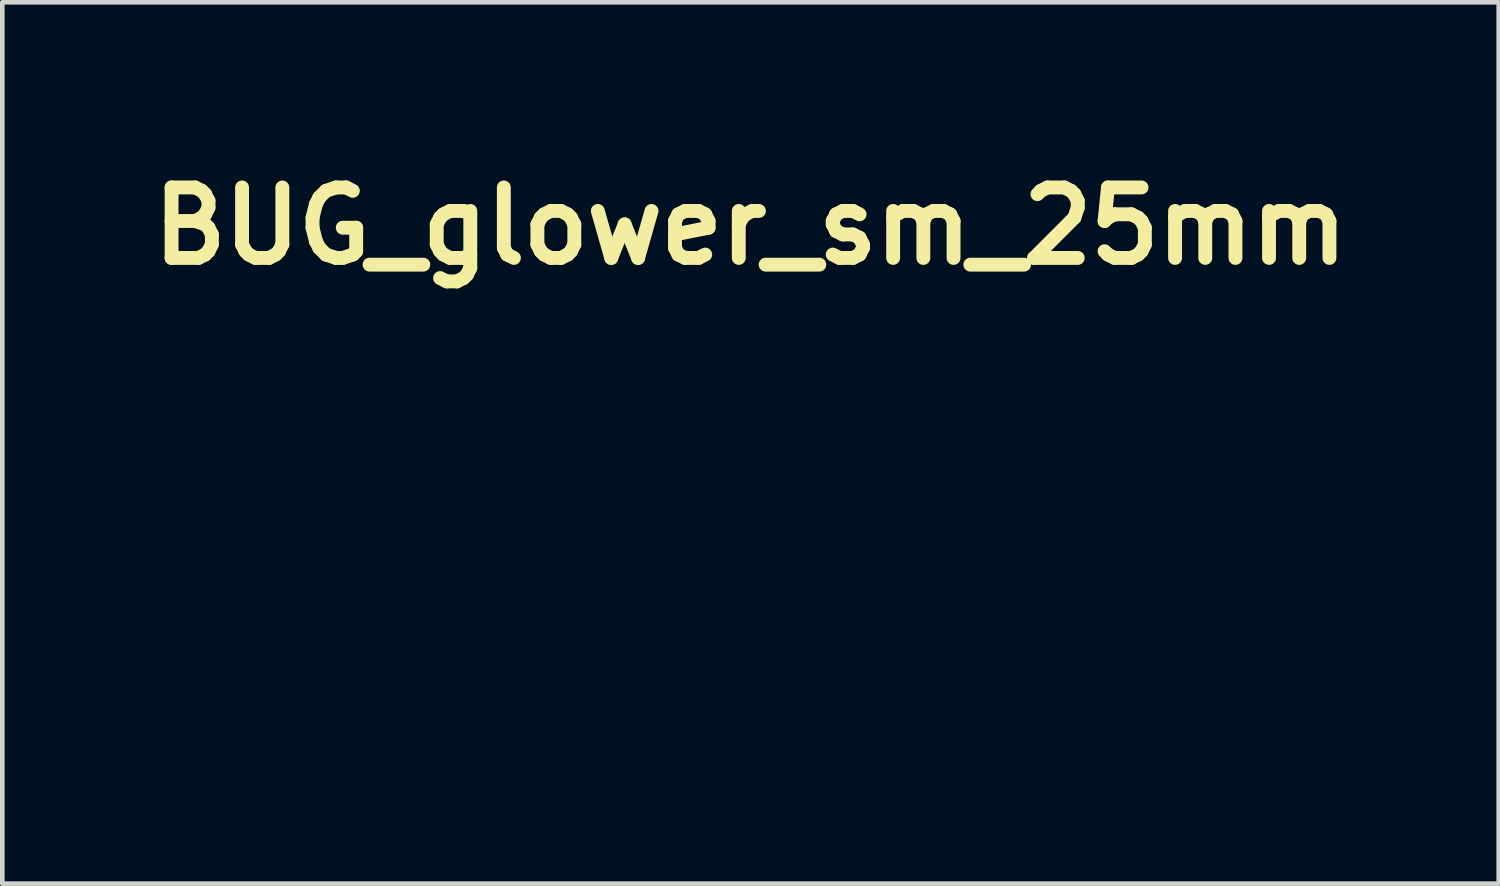
<source format=kicad_pcb>
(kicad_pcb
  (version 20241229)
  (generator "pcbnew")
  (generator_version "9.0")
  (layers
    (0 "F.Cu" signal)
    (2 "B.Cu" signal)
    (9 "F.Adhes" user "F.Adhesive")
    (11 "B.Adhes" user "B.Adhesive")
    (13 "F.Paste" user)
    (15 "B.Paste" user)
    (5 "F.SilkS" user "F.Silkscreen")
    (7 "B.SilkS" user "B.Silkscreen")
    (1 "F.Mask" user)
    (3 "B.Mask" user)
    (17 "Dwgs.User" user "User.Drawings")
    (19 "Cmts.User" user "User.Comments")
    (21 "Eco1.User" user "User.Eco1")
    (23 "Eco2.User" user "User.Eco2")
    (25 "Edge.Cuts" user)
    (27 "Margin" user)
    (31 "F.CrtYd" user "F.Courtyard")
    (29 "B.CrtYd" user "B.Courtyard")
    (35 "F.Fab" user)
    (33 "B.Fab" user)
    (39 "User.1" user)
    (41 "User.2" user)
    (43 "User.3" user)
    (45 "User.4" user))
  (footprint "BUG_glower_sm_25mm"
    (layer "F.Cu")
    (at 13.179 1.838)
    (property "Reference" "BUG_glower_sm_25mm" (at 0 0 0) (layer "F.SilkS") (effects (font (size 1.524 1.524) (thickness 0.3))))
    (attr through_hole)
    (fp_poly (pts (xy -6.841 6.241) (xy -6.842 6.243) (xy -6.844 6.241) (xy -6.842 6.24) (xy -6.841 6.241)) (stroke (width 0.01) (type solid)) (fill yes) (layer "F.Mask"))
    (fp_poly (pts (xy -2.695 5.815) (xy -2.697 5.817) (xy -2.698 5.815) (xy -2.697 5.814) (xy -2.695 5.815)) (stroke (width 0.01) (type solid)) (fill yes) (layer "F.Mask"))
    (fp_poly (pts (xy 0.296 11.093) (xy 0.295 11.094) (xy 0.294 11.093) (xy 0.295 11.091) (xy 0.296 11.093)) (stroke (width 0.01) (type solid)) (fill yes) (layer "F.Mask"))
    (fp_poly (pts (xy 0.412 11.214) (xy 0.411 11.216) (xy 0.409 11.214) (xy 0.411 11.213) (xy 0.412 11.214)) (stroke (width 0.01) (type solid)) (fill yes) (layer "F.Mask"))
    (fp_poly (pts (xy -8.346 5.118) (xy -8.346 5.121) (xy -8.346 5.121) (xy -8.348 5.121) (xy -8.348 5.12) (xy -8.347 5.117) (xy -8.346 5.118)) (stroke (width 0.01) (type solid)) (fill yes) (layer "F.Mask"))
    (fp_poly (pts (xy -2.829 8.967) (xy -2.828 8.97) (xy -2.829 8.971) (xy -2.83 8.971) (xy -2.831 8.969) (xy -2.83 8.967) (xy -2.829 8.967)) (stroke (width 0.01) (type solid)) (fill yes) (layer "F.Mask"))
    (fp_poly (pts (xy -5.631 -1.83) (xy -5.629 -1.828) (xy -5.62 -1.82) (xy -5.616 -1.808) (xy -5.617 -1.795) (xy -5.621 -1.78) (xy -5.627 -1.77) (xy -5.631 -1.764) (xy -5.632 -1.76) (xy -5.635 -1.749) (xy -5.64 -1.737) (xy -5.645 -1.725) (xy -5.652 -1.714) (xy -5.658 -1.705) (xy -5.663 -1.7) (xy -5.666 -1.699) (xy -5.669 -1.698) (xy -5.669 -1.697) (xy -5.67 -1.694) (xy -5.674 -1.687) (xy -5.68 -1.679) (xy -5.681 -1.677) (xy -5.687 -1.667) (xy -5.693 -1.657) (xy -5.696 -1.649) (xy -5.696 -1.649) (xy -5.699 -1.643) (xy -5.704 -1.634) (xy -5.711 -1.624) (xy -5.718 -1.613) (xy -5.725 -1.602) (xy -5.731 -1.593) (xy -5.737 -1.586) (xy -5.74 -1.583) (xy -5.74 -1.583) (xy -5.742 -1.581) (xy -5.746 -1.576) (xy -5.749 -1.571) (xy -5.751 -1.567) (xy -5.751 -1.566) (xy -5.752 -1.563) (xy -5.755 -1.558) (xy -5.755 -1.558) (xy -5.759 -1.551) (xy -5.76 -1.545) (xy -5.761 -1.539) (xy -5.763 -1.537) (xy -5.765 -1.534) (xy -5.768 -1.527) (xy -5.772 -1.517) (xy -5.773 -1.513) (xy -5.777 -1.505) (xy -5.782 -1.493) (xy -5.789 -1.481) (xy -5.797 -1.468) (xy -5.804 -1.456) (xy -5.811 -1.446) (xy -5.817 -1.438) (xy -5.821 -1.434) (xy -5.822 -1.434) (xy -5.823 -1.431) (xy -5.824 -1.424) (xy -5.824 -1.414) (xy -5.824 -1.411) (xy -5.823 -1.399) (xy -5.824 -1.391) (xy -5.825 -1.387) (xy -5.825 -1.387) (xy -5.828 -1.383) (xy -5.828 -1.381) (xy -5.83 -1.376) (xy -5.834 -1.369) (xy -5.835 -1.367) (xy -5.841 -1.357) (xy -5.846 -1.347) (xy -5.849 -1.334) (xy -5.85 -1.318) (xy -5.85 -1.311) (xy -5.851 -1.297) (xy -5.852 -1.286) (xy -5.853 -1.28) (xy -5.854 -1.279) (xy -5.857 -1.274) (xy -5.858 -1.271) (xy -5.859 -1.266) (xy -5.862 -1.258) (xy -5.866 -1.249) (xy -5.87 -1.239) (xy -5.873 -1.23) (xy -5.874 -1.225) (xy -5.875 -1.22) (xy -5.876 -1.218) (xy -5.878 -1.212) (xy -5.879 -1.201) (xy -5.879 -1.186) (xy -5.879 -1.167) (xy -5.879 -1.144) (xy -5.878 -1.119) (xy -5.878 -1.113) (xy -5.877 -1.099) (xy -5.878 -1.087) (xy -5.879 -1.08) (xy -5.879 -1.079) (xy -5.881 -1.073) (xy -5.881 -1.071) (xy -5.88 -1.067) (xy -5.881 -1.066) (xy -5.883 -1.062) (xy -5.885 -1.055) (xy -5.886 -1.052) (xy -5.887 -1.044) (xy -5.889 -1.038) (xy -5.889 -1.037) (xy -5.891 -1.031) (xy -5.893 -1.021) (xy -5.895 -1.009) (xy -5.896 -0.998) (xy -5.897 -0.989) (xy -5.899 -0.978) (xy -5.901 -0.965) (xy -5.902 -0.96) (xy -5.904 -0.947) (xy -5.905 -0.935) (xy -5.904 -0.92) (xy -5.903 -0.901) (xy -5.903 -0.9) (xy -5.901 -0.885) (xy -5.9 -0.875) (xy -5.9 -0.868) (xy -5.901 -0.862) (xy -5.902 -0.858) (xy -5.902 -0.851) (xy -5.9 -0.847) (xy -5.897 -0.841) (xy -5.894 -0.833) (xy -5.893 -0.833) (xy -5.892 -0.824) (xy -5.894 -0.818) (xy -5.896 -0.815) (xy -5.899 -0.811) (xy -5.9 -0.807) (xy -5.899 -0.802) (xy -5.897 -0.793) (xy -5.896 -0.79) (xy -5.892 -0.779) (xy -5.89 -0.769) (xy -5.888 -0.763) (xy -5.886 -0.753) (xy -5.883 -0.745) (xy -5.883 -0.745) (xy -5.881 -0.738) (xy -5.879 -0.728) (xy -5.878 -0.716) (xy -5.877 -0.712) (xy -5.876 -0.697) (xy -5.875 -0.681) (xy -5.874 -0.667) (xy -5.874 -0.666) (xy -5.873 -0.652) (xy -5.871 -0.636) (xy -5.869 -0.623) (xy -5.867 -0.61) (xy -5.866 -0.602) (xy -5.867 -0.598) (xy -5.868 -0.597) (xy -5.869 -0.593) (xy -5.869 -0.593) (xy -5.869 -0.591) (xy -5.87 -0.588) (xy -5.872 -0.585) (xy -5.872 -0.584) (xy -5.872 -0.582) (xy -5.873 -0.576) (xy -5.877 -0.568) (xy -5.882 -0.558) (xy -5.887 -0.549) (xy -5.892 -0.541) (xy -5.892 -0.541) (xy -5.898 -0.534) (xy -5.905 -0.525) (xy -5.914 -0.515) (xy -5.924 -0.506) (xy -5.933 -0.497) (xy -5.94 -0.49) (xy -5.946 -0.486) (xy -5.947 -0.485) (xy -5.951 -0.484) (xy -5.956 -0.479) (xy -5.961 -0.475) (xy -5.97 -0.465) (xy -5.98 -0.457) (xy -5.987 -0.45) (xy -5.992 -0.446) (xy -5.994 -0.445) (xy -5.994 -0.445) (xy -5.996 -0.444) (xy -6.002 -0.44) (xy -6.011 -0.431) (xy -6.014 -0.428) (xy -6.021 -0.422) (xy -6.028 -0.418) (xy -6.03 -0.418) (xy -6.036 -0.417) (xy -6.045 -0.414) (xy -6.048 -0.413) (xy -6.055 -0.411) (xy -6.064 -0.41) (xy -6.075 -0.41) (xy -6.089 -0.41) (xy -6.093 -0.41) (xy -6.107 -0.411) (xy -6.121 -0.412) (xy -6.131 -0.414) (xy -6.137 -0.414) (xy -6.151 -0.415) (xy -6.168 -0.413) (xy -6.186 -0.408) (xy -6.203 -0.402) (xy -6.217 -0.394) (xy -6.224 -0.389) (xy -6.229 -0.386) (xy -6.239 -0.381) (xy -6.251 -0.375) (xy -6.265 -0.37) (xy -6.279 -0.365) (xy -6.291 -0.36) (xy -6.301 -0.358) (xy -6.304 -0.357) (xy -6.312 -0.356) (xy -6.322 -0.353) (xy -6.332 -0.349) (xy -6.341 -0.346) (xy -6.346 -0.343) (xy -6.347 -0.341) (xy -6.349 -0.339) (xy -6.352 -0.339) (xy -6.357 -0.337) (xy -6.365 -0.332) (xy -6.374 -0.325) (xy -6.382 -0.318) (xy -6.387 -0.314) (xy -6.39 -0.313) (xy -6.393 -0.312) (xy -6.396 -0.31) (xy -6.401 -0.305) (xy -6.409 -0.299) (xy -6.418 -0.293) (xy -6.427 -0.287) (xy -6.436 -0.281) (xy -6.442 -0.278) (xy -6.445 -0.277) (xy -6.449 -0.275) (xy -6.449 -0.274) (xy -6.452 -0.271) (xy -6.459 -0.266) (xy -6.47 -0.26) (xy -6.482 -0.253) (xy -6.496 -0.245) (xy -6.496 -0.245) (xy -6.505 -0.241) (xy -6.511 -0.237) (xy -6.514 -0.234) (xy -6.514 -0.234) (xy -6.516 -0.232) (xy -6.522 -0.228) (xy -6.526 -0.226) (xy -6.534 -0.222) (xy -6.539 -0.218) (xy -6.541 -0.217) (xy -6.544 -0.215) (xy -6.551 -0.211) (xy -6.56 -0.206) (xy -6.57 -0.201) (xy -6.58 -0.197) (xy -6.588 -0.193) (xy -6.593 -0.192) (xy -6.594 -0.192) (xy -6.599 -0.19) (xy -6.6 -0.189) (xy -6.604 -0.187) (xy -6.614 -0.185) (xy -6.628 -0.184) (xy -6.63 -0.184) (xy -6.633 -0.182) (xy -6.636 -0.18) (xy -6.643 -0.175) (xy -6.652 -0.171) (xy -6.66 -0.169) (xy -6.661 -0.169) (xy -6.665 -0.168) (xy -6.666 -0.167) (xy -6.668 -0.164) (xy -6.673 -0.164) (xy -6.68 -0.162) (xy -6.688 -0.156) (xy -6.691 -0.153) (xy -6.7 -0.145) (xy -6.708 -0.138) (xy -6.712 -0.135) (xy -6.722 -0.127) (xy -6.731 -0.12) (xy -6.738 -0.115) (xy -6.744 -0.109) (xy -6.751 -0.101) (xy -6.76 -0.091) (xy -6.771 -0.079) (xy -6.779 -0.069) (xy -6.787 -0.06) (xy -6.794 -0.053) (xy -6.795 -0.053) (xy -6.801 -0.045) (xy -6.807 -0.034) (xy -6.81 -0.03) (xy -6.821 -0.006) (xy -6.83 0.013) (xy -6.838 0.027) (xy -6.844 0.036) (xy -6.847 0.04) (xy -6.851 0.043) (xy -6.851 0.044) (xy -6.852 0.047) (xy -6.855 0.053) (xy -6.855 0.054) (xy -6.859 0.06) (xy -6.861 0.065) (xy -6.861 0.065) (xy -6.863 0.07) (xy -6.868 0.077) (xy -6.869 0.078) (xy -6.873 0.085) (xy -6.875 0.091) (xy -6.875 0.091) (xy -6.876 0.096) (xy -6.877 0.097) (xy -6.88 0.1) (xy -6.884 0.107) (xy -6.886 0.111) (xy -6.894 0.123) (xy -6.906 0.138) (xy -6.919 0.15) (xy -6.932 0.163) (xy -6.939 0.174) (xy -6.942 0.182) (xy -6.943 0.189) (xy -6.945 0.195) (xy -6.946 0.199) (xy -6.947 0.2) (xy -6.951 0.212) (xy -6.954 0.217) (xy -6.958 0.224) (xy -6.958 0.226) (xy -6.96 0.23) (xy -6.964 0.238) (xy -6.969 0.248) (xy -6.97 0.251) (xy -6.975 0.261) (xy -6.979 0.27) (xy -6.981 0.275) (xy -6.981 0.276) (xy -6.983 0.28) (xy -6.987 0.287) (xy -6.989 0.289) (xy -6.994 0.296) (xy -6.996 0.302) (xy -6.996 0.303) (xy -6.998 0.308) (xy -7.001 0.311) (xy -7.004 0.314) (xy -7.004 0.315) (xy -7.004 0.318) (xy -7.007 0.325) (xy -7.011 0.333) (xy -7.012 0.334) (xy -7.016 0.343) (xy -7.019 0.35) (xy -7.02 0.353) (xy -7.02 0.353) (xy -7.021 0.356) (xy -7.023 0.358) (xy -7.027 0.363) (xy -7.027 0.366) (xy -7.028 0.371) (xy -7.031 0.377) (xy -7.033 0.382) (xy -7.034 0.386) (xy -7.035 0.389) (xy -7.036 0.396) (xy -7.038 0.405) (xy -7.041 0.415) (xy -7.044 0.423) (xy -7.046 0.427) (xy -7.049 0.431) (xy -7.049 0.432) (xy -7.048 0.434) (xy -7.051 0.439) (xy -7.052 0.44) (xy -7.057 0.448) (xy -7.062 0.457) (xy -7.066 0.466) (xy -7.069 0.472) (xy -7.07 0.474) (xy -7.071 0.479) (xy -7.076 0.485) (xy -7.081 0.493) (xy -7.087 0.499) (xy -7.091 0.502) (xy -7.092 0.502) (xy -7.098 0.504) (xy -7.105 0.507) (xy -7.11 0.511) (xy -7.111 0.513) (xy -7.112 0.518) (xy -7.113 0.518) (xy -7.115 0.523) (xy -7.115 0.525) (xy -7.117 0.531) (xy -7.119 0.533) (xy -7.122 0.538) (xy -7.124 0.545) (xy -7.127 0.553) (xy -7.132 0.562) (xy -7.132 0.563) (xy -7.136 0.568) (xy -7.138 0.572) (xy -7.138 0.572) (xy -7.139 0.575) (xy -7.141 0.581) (xy -7.143 0.586) (xy -7.146 0.594) (xy -7.148 0.599) (xy -7.149 0.6) (xy -7.15 0.603) (xy -7.154 0.609) (xy -7.16 0.618) (xy -7.161 0.62) (xy -7.167 0.629) (xy -7.172 0.636) (xy -7.174 0.641) (xy -7.174 0.641) (xy -7.176 0.646) (xy -7.18 0.653) (xy -7.187 0.662) (xy -7.194 0.671) (xy -7.2 0.679) (xy -7.206 0.685) (xy -7.209 0.687) (xy -7.214 0.691) (xy -7.22 0.7) (xy -7.224 0.708) (xy -7.23 0.719) (xy -7.237 0.73) (xy -7.243 0.738) (xy -7.25 0.745) (xy -7.257 0.756) (xy -7.266 0.767) (xy -7.27 0.774) (xy -7.28 0.787) (xy -7.29 0.8) (xy -7.301 0.813) (xy -7.304 0.816) (xy -7.316 0.829) (xy -7.329 0.842) (xy -7.34 0.855) (xy -7.349 0.865) (xy -7.356 0.873) (xy -7.357 0.874) (xy -7.363 0.879) (xy -7.371 0.881) (xy -7.374 0.882) (xy -7.386 0.883) (xy -7.394 0.887) (xy -7.399 0.891) (xy -7.399 0.896) (xy -7.395 0.9) (xy -7.394 0.9) (xy -7.39 0.905) (xy -7.387 0.914) (xy -7.387 0.914) (xy -7.387 0.921) (xy -7.388 0.928) (xy -7.391 0.935) (xy -7.397 0.943) (xy -7.407 0.953) (xy -7.412 0.958) (xy -7.422 0.968) (xy -7.431 0.978) (xy -7.439 0.986) (xy -7.439 0.987) (xy -7.446 0.996) (xy -7.453 1.004) (xy -7.456 1.007) (xy -7.462 1.014) (xy -7.469 1.023) (xy -7.473 1.03) (xy -7.484 1.042) (xy -7.495 1.05) (xy -7.507 1.055) (xy -7.516 1.055) (xy -7.523 1.055) (xy -7.528 1.059) (xy -7.53 1.061) (xy -7.539 1.079) (xy -7.542 1.091) (xy -7.545 1.099) (xy -7.548 1.103) (xy -7.551 1.109) (xy -7.552 1.113) (xy -7.554 1.117) (xy -7.56 1.124) (xy -7.568 1.133) (xy -7.577 1.142) (xy -7.587 1.15) (xy -7.595 1.157) (xy -7.602 1.162) (xy -7.606 1.163) (xy -7.611 1.164) (xy -7.614 1.165) (xy -7.62 1.168) (xy -7.623 1.169) (xy -7.627 1.173) (xy -7.629 1.179) (xy -7.635 1.191) (xy -7.644 1.198) (xy -7.655 1.202) (xy -7.663 1.202) (xy -7.669 1.2) (xy -7.676 1.194) (xy -7.681 1.188) (xy -7.685 1.182) (xy -7.685 1.18) (xy -7.687 1.175) (xy -7.689 1.174) (xy -7.693 1.174) (xy -7.697 1.173) (xy -7.702 1.172) (xy -7.707 1.17) (xy -7.715 1.167) (xy -7.72 1.166) (xy -7.72 1.166) (xy -7.723 1.165) (xy -7.726 1.164) (xy -7.731 1.163) (xy -7.738 1.162) (xy -7.747 1.159) (xy -7.757 1.154) (xy -7.766 1.149) (xy -7.774 1.144) (xy -7.777 1.141) (xy -7.782 1.137) (xy -7.785 1.136) (xy -7.792 1.134) (xy -7.802 1.131) (xy -7.813 1.126) (xy -7.824 1.12) (xy -7.835 1.115) (xy -7.843 1.111) (xy -7.848 1.107) (xy -7.849 1.106) (xy -7.851 1.104) (xy -7.852 1.103) (xy -7.856 1.102) (xy -7.862 1.097) (xy -7.864 1.096) (xy -7.87 1.091) (xy -7.874 1.089) (xy -7.874 1.089) (xy -7.878 1.087) (xy -7.883 1.083) (xy -7.885 1.081) (xy -7.89 1.076) (xy -7.893 1.074) (xy -7.894 1.074) (xy -7.896 1.074) (xy -7.9 1.072) (xy -7.905 1.068) (xy -7.91 1.064) (xy -7.912 1.062) (xy -7.916 1.059) (xy -7.918 1.058) (xy -7.922 1.057) (xy -7.928 1.052) (xy -7.931 1.049) (xy -7.94 1.042) (xy -7.95 1.033) (xy -7.953 1.03) (xy -7.96 1.024) (xy -7.97 1.015) (xy -7.98 1.005) (xy -7.989 0.997) (xy -8.004 0.983) (xy -8.017 0.973) (xy -8.029 0.967) (xy -8.039 0.963) (xy -8.048 0.961) (xy -8.052 0.96) (xy -8.054 0.959) (xy -8.057 0.958) (xy -8.061 0.957) (xy -8.062 0.956) (xy -8.065 0.955) (xy -8.066 0.955) (xy -8.068 0.955) (xy -8.074 0.952) (xy -8.081 0.948) (xy -8.091 0.943) (xy -8.099 0.939) (xy -8.103 0.937) (xy -8.11 0.933) (xy -8.114 0.931) (xy -8.119 0.928) (xy -8.127 0.924) (xy -8.129 0.923) (xy -8.142 0.915) (xy -8.155 0.903) (xy -8.168 0.889) (xy -8.178 0.876) (xy -8.182 0.871) (xy -8.187 0.869) (xy -8.192 0.867) (xy -8.199 0.863) (xy -8.204 0.858) (xy -8.211 0.852) (xy -8.216 0.848) (xy -8.218 0.847) (xy -8.221 0.844) (xy -8.224 0.839) (xy -8.225 0.838) (xy -8.229 0.831) (xy -8.234 0.825) (xy -8.24 0.818) (xy -8.248 0.809) (xy -8.251 0.805) (xy -8.261 0.795) (xy -8.267 0.788) (xy -8.27 0.784) (xy -8.272 0.781) (xy -8.272 0.779) (xy -8.274 0.777) (xy -8.277 0.776) (xy -8.282 0.774) (xy -8.289 0.769) (xy -8.297 0.762) (xy -8.299 0.76) (xy -8.311 0.748) (xy -8.319 0.739) (xy -8.323 0.733) (xy -8.324 0.731) (xy -8.324 0.731) (xy -8.324 0.729) (xy -8.326 0.727) (xy -8.33 0.722) (xy -8.335 0.716) (xy -8.335 0.715) (xy -8.341 0.709) (xy -8.348 0.7) (xy -8.352 0.696) (xy -8.36 0.687) (xy -8.367 0.677) (xy -8.37 0.673) (xy -8.376 0.665) (xy -8.381 0.658) (xy -8.382 0.657) (xy -8.386 0.652) (xy -8.388 0.649) (xy -8.389 0.646) (xy -8.393 0.641) (xy -8.4 0.632) (xy -8.406 0.625) (xy -8.41 0.619) (xy -8.413 0.615) (xy -8.419 0.607) (xy -8.426 0.598) (xy -8.43 0.594) (xy -8.437 0.586) (xy -8.443 0.579) (xy -8.445 0.576) (xy -8.449 0.569) (xy -8.455 0.558) (xy -8.46 0.545) (xy -8.464 0.533) (xy -8.467 0.524) (xy -8.469 0.515) (xy -8.472 0.504) (xy -8.475 0.492) (xy -8.475 0.491) (xy -8.478 0.479) (xy -8.48 0.466) (xy -8.481 0.456) (xy -8.481 0.456) (xy -8.48 0.443) (xy -8.481 0.434) (xy -8.483 0.427) (xy -8.487 0.422) (xy -8.493 0.415) (xy -8.494 0.413) (xy -8.504 0.402) (xy -8.512 0.394) (xy -8.517 0.387) (xy -8.52 0.38) (xy -8.523 0.372) (xy -8.526 0.364) (xy -8.529 0.358) (xy -8.53 0.357) (xy -8.531 0.352) (xy -8.532 0.349) (xy -8.532 0.343) (xy -8.535 0.334) (xy -8.538 0.323) (xy -8.54 0.318) (xy -8.543 0.308) (xy -8.546 0.3) (xy -8.547 0.292) (xy -8.548 0.283) (xy -8.548 0.272) (xy -8.548 0.257) (xy -8.548 0.252) (xy -8.548 0.236) (xy -8.549 0.221) (xy -8.549 0.208) (xy -8.55 0.199) (xy -8.551 0.198) (xy -8.552 0.188) (xy -8.554 0.175) (xy -8.554 0.167) (xy -8.555 0.153) (xy -8.556 0.138) (xy -8.557 0.128) (xy -8.558 0.118) (xy -8.559 0.109) (xy -8.559 0.104) (xy -8.559 0.104) (xy -8.56 0.085) (xy -8.56 0.07) (xy -8.559 0.059) (xy -8.558 0.049) (xy -8.557 0.04) (xy -8.554 0.031) (xy -8.552 0.022) (xy -8.548 0.011) (xy -8.546 0.002) (xy -8.544 -0.007) (xy -8.543 -0.017) (xy -8.543 -0.03) (xy -8.543 -0.044) (xy -8.543 -0.062) (xy -8.543 -0.075) (xy -8.542 -0.086) (xy -8.54 -0.097) (xy -8.538 -0.105) (xy -8.535 -0.116) (xy -8.533 -0.124) (xy -8.533 -0.129) (xy -8.533 -0.129) (xy -8.533 -0.132) (xy -8.531 -0.137) (xy -8.529 -0.145) (xy -8.528 -0.15) (xy -8.526 -0.157) (xy -8.524 -0.166) (xy -8.523 -0.169) (xy -8.521 -0.178) (xy -8.519 -0.183) (xy -8.519 -0.185) (xy -8.517 -0.189) (xy -8.516 -0.193) (xy -8.514 -0.199) (xy -8.511 -0.208) (xy -8.509 -0.216) (xy -8.507 -0.227) (xy -8.504 -0.238) (xy -8.503 -0.244) (xy -8.501 -0.254) (xy -8.499 -0.264) (xy -8.499 -0.265) (xy -8.497 -0.274) (xy -8.493 -0.284) (xy -8.492 -0.286) (xy -8.488 -0.294) (xy -8.488 -0.3) (xy -8.489 -0.305) (xy -8.492 -0.314) (xy -8.493 -0.326) (xy -8.493 -0.34) (xy -8.492 -0.353) (xy -8.491 -0.364) (xy -8.49 -0.365) (xy -8.488 -0.371) (xy -8.488 -0.375) (xy -8.488 -0.375) (xy -8.488 -0.377) (xy -8.486 -0.38) (xy -8.484 -0.383) (xy -8.485 -0.384) (xy -8.485 -0.386) (xy -8.483 -0.39) (xy -8.48 -0.396) (xy -8.479 -0.399) (xy -8.478 -0.402) (xy -8.477 -0.406) (xy -8.475 -0.41) (xy -8.473 -0.413) (xy -8.471 -0.419) (xy -8.468 -0.428) (xy -8.464 -0.438) (xy -8.462 -0.448) (xy -8.46 -0.455) (xy -8.46 -0.456) (xy -8.458 -0.461) (xy -8.456 -0.464) (xy -8.453 -0.468) (xy -8.453 -0.468) (xy -8.454 -0.471) (xy -8.453 -0.477) (xy -8.45 -0.486) (xy -8.446 -0.497) (xy -8.441 -0.509) (xy -8.436 -0.521) (xy -8.43 -0.531) (xy -8.426 -0.538) (xy -8.422 -0.543) (xy -8.421 -0.547) (xy -8.421 -0.548) (xy -8.42 -0.55) (xy -8.415 -0.557) (xy -8.407 -0.566) (xy -8.397 -0.578) (xy -8.396 -0.579) (xy -8.39 -0.586) (xy -8.385 -0.591) (xy -8.385 -0.592) (xy -8.374 -0.602) (xy -8.36 -0.612) (xy -8.36 -0.612) (xy -8.354 -0.616) (xy -8.345 -0.623) (xy -8.336 -0.632) (xy -8.327 -0.641) (xy -8.318 -0.649) (xy -8.311 -0.656) (xy -8.307 -0.661) (xy -8.306 -0.663) (xy -8.304 -0.666) (xy -8.298 -0.669) (xy -8.298 -0.669) (xy -8.29 -0.675) (xy -8.283 -0.68) (xy -8.278 -0.684) (xy -8.273 -0.686) (xy -8.273 -0.686) (xy -8.269 -0.688) (xy -8.264 -0.691) (xy -8.254 -0.699) (xy -8.239 -0.706) (xy -8.222 -0.714) (xy -8.204 -0.72) (xy -8.186 -0.724) (xy -8.176 -0.726) (xy -8.162 -0.727) (xy -8.152 -0.73) (xy -8.145 -0.732) (xy -8.14 -0.736) (xy -8.139 -0.737) (xy -8.132 -0.742) (xy -8.122 -0.746) (xy -8.114 -0.748) (xy -8.114 -0.748) (xy -8.109 -0.749) (xy -8.108 -0.75) (xy -8.106 -0.753) (xy -8.1 -0.755) (xy -8.099 -0.755) (xy -8.09 -0.757) (xy -8.083 -0.759) (xy -8.077 -0.761) (xy -8.067 -0.764) (xy -8.056 -0.767) (xy -8.055 -0.768) (xy -8.043 -0.771) (xy -8.031 -0.775) (xy -8.022 -0.779) (xy -8.022 -0.779) (xy -8.014 -0.782) (xy -8.002 -0.785) (xy -7.99 -0.787) (xy -7.986 -0.787) (xy -7.971 -0.79) (xy -7.961 -0.792) (xy -7.953 -0.796) (xy -7.947 -0.802) (xy -7.944 -0.804) (xy -7.939 -0.808) (xy -7.936 -0.81) (xy -7.922 -0.821) (xy -7.912 -0.829) (xy -7.908 -0.831) (xy -7.9 -0.835) (xy -7.89 -0.839) (xy -7.878 -0.844) (xy -7.867 -0.848) (xy -7.859 -0.851) (xy -7.856 -0.854) (xy -7.852 -0.861) (xy -7.852 -0.863) (xy -7.846 -0.877) (xy -7.839 -0.892) (xy -7.83 -0.905) (xy -7.826 -0.91) (xy -7.821 -0.915) (xy -7.818 -0.919) (xy -7.818 -0.92) (xy -7.815 -0.922) (xy -7.81 -0.926) (xy -7.809 -0.927) (xy -7.795 -0.936) (xy -7.784 -0.947) (xy -7.783 -0.948) (xy -7.767 -0.964) (xy -7.753 -0.977) (xy -7.739 -0.989) (xy -7.734 -0.992) (xy -7.725 -0.999) (xy -7.717 -1.004) (xy -7.712 -1.008) (xy -7.711 -1.009) (xy -7.706 -1.013) (xy -7.699 -1.019) (xy -7.69 -1.025) (xy -7.681 -1.031) (xy -7.674 -1.036) (xy -7.669 -1.038) (xy -7.668 -1.039) (xy -7.666 -1.041) (xy -7.662 -1.047) (xy -7.659 -1.054) (xy -7.654 -1.062) (xy -7.647 -1.071) (xy -7.64 -1.08) (xy -7.633 -1.088) (xy -7.627 -1.093) (xy -7.623 -1.095) (xy -7.62 -1.097) (xy -7.617 -1.102) (xy -7.612 -1.108) (xy -7.608 -1.111) (xy -7.601 -1.116) (xy -7.592 -1.123) (xy -7.58 -1.133) (xy -7.571 -1.142) (xy -7.56 -1.151) (xy -7.548 -1.161) (xy -7.54 -1.168) (xy -7.53 -1.176) (xy -7.521 -1.184) (xy -7.514 -1.19) (xy -7.505 -1.198) (xy -7.498 -1.203) (xy -7.49 -1.208) (xy -7.48 -1.214) (xy -7.473 -1.217) (xy -7.453 -1.229) (xy -7.436 -1.242) (xy -7.435 -1.243) (xy -7.425 -1.252) (xy -7.414 -1.26) (xy -7.405 -1.266) (xy -7.404 -1.266) (xy -7.396 -1.271) (xy -7.39 -1.274) (xy -7.389 -1.276) (xy -7.386 -1.278) (xy -7.379 -1.281) (xy -7.369 -1.286) (xy -7.367 -1.287) (xy -7.358 -1.292) (xy -7.351 -1.296) (xy -7.347 -1.298) (xy -7.347 -1.299) (xy -7.343 -1.301) (xy -7.341 -1.301) (xy -7.337 -1.302) (xy -7.328 -1.305) (xy -7.317 -1.309) (xy -7.303 -1.314) (xy -7.297 -1.316) (xy -7.274 -1.325) (xy -7.256 -1.332) (xy -7.242 -1.337) (xy -7.231 -1.341) (xy -7.222 -1.344) (xy -7.215 -1.346) (xy -7.209 -1.347) (xy -7.204 -1.347) (xy -7.198 -1.347) (xy -7.191 -1.347) (xy -7.179 -1.347) (xy -7.168 -1.347) (xy -7.161 -1.346) (xy -7.16 -1.346) (xy -7.148 -1.343) (xy -7.14 -1.34) (xy -7.134 -1.338) (xy -7.13 -1.336) (xy -7.129 -1.335) (xy -7.123 -1.331) (xy -7.12 -1.331) (xy -7.12 -1.331) (xy -7.117 -1.33) (xy -7.112 -1.326) (xy -7.107 -1.322) (xy -7.101 -1.316) (xy -7.095 -1.311) (xy -7.094 -1.31) (xy -7.086 -1.302) (xy -7.078 -1.291) (xy -7.07 -1.277) (xy -7.063 -1.261) (xy -7.059 -1.246) (xy -7.057 -1.235) (xy -7.055 -1.225) (xy -7.053 -1.22) (xy -7.05 -1.219) (xy -7.035 -1.218) (xy -7.022 -1.216) (xy -7.016 -1.214) (xy -7.007 -1.212) (xy -6.996 -1.211) (xy -6.985 -1.212) (xy -6.975 -1.213) (xy -6.967 -1.215) (xy -6.963 -1.218) (xy -6.962 -1.219) (xy -6.96 -1.221) (xy -6.954 -1.224) (xy -6.949 -1.226) (xy -6.94 -1.229) (xy -6.933 -1.232) (xy -6.931 -1.233) (xy -6.925 -1.236) (xy -6.923 -1.236) (xy -6.92 -1.237) (xy -6.916 -1.239) (xy -6.91 -1.244) (xy -6.902 -1.252) (xy -6.89 -1.264) (xy -6.882 -1.271) (xy -6.875 -1.278) (xy -6.87 -1.281) (xy -6.869 -1.281) (xy -6.866 -1.283) (xy -6.86 -1.288) (xy -6.853 -1.295) (xy -6.85 -1.297) (xy -6.84 -1.307) (xy -6.827 -1.318) (xy -6.818 -1.327) (xy -6.809 -1.335) (xy -6.801 -1.342) (xy -6.797 -1.347) (xy -6.796 -1.347) (xy -6.79 -1.354) (xy -6.787 -1.357) (xy -6.782 -1.362) (xy -6.775 -1.368) (xy -6.769 -1.374) (xy -6.759 -1.381) (xy -6.749 -1.389) (xy -6.743 -1.392) (xy -6.735 -1.396) (xy -6.73 -1.399) (xy -6.728 -1.4) (xy -6.725 -1.402) (xy -6.718 -1.405) (xy -6.716 -1.406) (xy -6.71 -1.41) (xy -6.707 -1.413) (xy -6.708 -1.416) (xy -6.707 -1.423) (xy -6.703 -1.431) (xy -6.697 -1.441) (xy -6.69 -1.448) (xy -6.685 -1.453) (xy -6.676 -1.459) (xy -6.667 -1.465) (xy -6.658 -1.471) (xy -6.65 -1.476) (xy -6.645 -1.479) (xy -6.644 -1.479) (xy -6.64 -1.481) (xy -6.635 -1.484) (xy -6.627 -1.491) (xy -6.621 -1.496) (xy -6.613 -1.5) (xy -6.606 -1.504) (xy -6.598 -1.511) (xy -6.591 -1.518) (xy -6.585 -1.525) (xy -6.582 -1.53) (xy -6.581 -1.531) (xy -6.58 -1.535) (xy -6.576 -1.542) (xy -6.57 -1.55) (xy -6.565 -1.559) (xy -6.559 -1.565) (xy -6.557 -1.568) (xy -6.55 -1.571) (xy -6.545 -1.572) (xy -6.538 -1.573) (xy -6.535 -1.574) (xy -6.531 -1.576) (xy -6.522 -1.578) (xy -6.512 -1.58) (xy -6.501 -1.582) (xy -6.492 -1.583) (xy -6.487 -1.583) (xy -6.479 -1.585) (xy -6.471 -1.588) (xy -6.47 -1.589) (xy -6.461 -1.593) (xy -6.45 -1.595) (xy -6.444 -1.596) (xy -6.432 -1.598) (xy -6.418 -1.601) (xy -6.411 -1.603) (xy -6.397 -1.607) (xy -6.38 -1.609) (xy -6.364 -1.609) (xy -6.353 -1.608) (xy -6.346 -1.608) (xy -6.336 -1.613) (xy -6.329 -1.617) (xy -6.32 -1.623) (xy -6.312 -1.627) (xy -6.307 -1.628) (xy -6.307 -1.628) (xy -6.3 -1.63) (xy -6.296 -1.631) (xy -6.29 -1.633) (xy -6.279 -1.635) (xy -6.267 -1.635) (xy -6.255 -1.635) (xy -6.244 -1.634) (xy -6.238 -1.633) (xy -6.231 -1.632) (xy -6.225 -1.634) (xy -6.224 -1.635) (xy -6.216 -1.642) (xy -6.206 -1.648) (xy -6.198 -1.652) (xy -6.192 -1.654) (xy -6.192 -1.654) (xy -6.187 -1.655) (xy -6.178 -1.657) (xy -6.168 -1.661) (xy -6.167 -1.661) (xy -6.154 -1.665) (xy -6.141 -1.669) (xy -6.131 -1.671) (xy -6.118 -1.674) (xy -6.105 -1.679) (xy -6.099 -1.681) (xy -6.09 -1.686) (xy -6.082 -1.689) (xy -6.079 -1.691) (xy -6.074 -1.692) (xy -6.065 -1.694) (xy -6.056 -1.695) (xy -6.044 -1.696) (xy -6.033 -1.698) (xy -6.027 -1.699) (xy -6.016 -1.702) (xy -6.005 -1.704) (xy -6.003 -1.705) (xy -5.994 -1.708) (xy -5.983 -1.712) (xy -5.971 -1.718) (xy -5.971 -1.719) (xy -5.961 -1.724) (xy -5.953 -1.728) (xy -5.947 -1.73) (xy -5.947 -1.73) (xy -5.935 -1.732) (xy -5.928 -1.738) (xy -5.927 -1.74) (xy -5.924 -1.743) (xy -5.921 -1.746) (xy -5.916 -1.748) (xy -5.907 -1.749) (xy -5.894 -1.751) (xy -5.887 -1.753) (xy -5.882 -1.755) (xy -5.882 -1.755) (xy -5.878 -1.757) (xy -5.871 -1.759) (xy -5.862 -1.76) (xy -5.853 -1.761) (xy -5.846 -1.762) (xy -5.838 -1.763) (xy -5.829 -1.769) (xy -5.826 -1.771) (xy -5.82 -1.774) (xy -5.815 -1.775) (xy -5.807 -1.776) (xy -5.803 -1.778) (xy -5.796 -1.78) (xy -5.788 -1.782) (xy -5.779 -1.782) (xy -5.773 -1.782) (xy -5.77 -1.781) (xy -5.767 -1.78) (xy -5.761 -1.782) (xy -5.759 -1.783) (xy -5.748 -1.786) (xy -5.732 -1.788) (xy -5.731 -1.788) (xy -5.722 -1.788) (xy -5.715 -1.788) (xy -5.713 -1.789) (xy -5.713 -1.789) (xy -5.712 -1.792) (xy -5.709 -1.798) (xy -5.707 -1.801) (xy -5.703 -1.807) (xy -5.697 -1.811) (xy -5.689 -1.813) (xy -5.686 -1.813) (xy -5.675 -1.816) (xy -5.667 -1.821) (xy -5.665 -1.823) (xy -5.654 -1.831) (xy -5.643 -1.833) (xy -5.631 -1.83)) (stroke (width 0.01) (type solid)) (fill yes) (layer "F.Mask"))
    (fp_poly (pts (xy -6.244 -0.243) (xy -6.235 -0.239) (xy -6.228 -0.231) (xy -6.224 -0.221) (xy -6.222 -0.213) (xy -6.219 -0.21) (xy -6.218 -0.21) (xy -6.209 -0.208) (xy -6.201 -0.202) (xy -6.195 -0.193) (xy -6.192 -0.182) (xy -6.192 -0.18) (xy -6.194 -0.171) (xy -6.2 -0.163) (xy -6.208 -0.155) (xy -6.214 -0.153) (xy -6.22 -0.149) (xy -6.222 -0.145) (xy -6.222 -0.144) (xy -6.221 -0.139) (xy -6.219 -0.129) (xy -6.218 -0.118) (xy -6.217 -0.107) (xy -6.217 -0.098) (xy -6.216 -0.095) (xy -6.216 -0.09) (xy -6.214 -0.087) (xy -6.212 -0.085) (xy -6.212 -0.083) (xy -6.211 -0.08) (xy -6.21 -0.077) (xy -6.208 -0.071) (xy -6.204 -0.063) (xy -6.202 -0.06) (xy -6.199 -0.052) (xy -6.198 -0.046) (xy -6.198 -0.046) (xy -6.195 -0.042) (xy -6.19 -0.036) (xy -6.185 -0.033) (xy -6.175 -0.026) (xy -6.166 -0.018) (xy -6.163 -0.016) (xy -6.157 -0.011) (xy -6.152 -0.008) (xy -6.145 -0.007) (xy -6.135 -0.007) (xy -6.124 -0.006) (xy -6.116 -0.005) (xy -6.109 -0.002) (xy -6.108 -0.000355) (xy -6.101 0.004) (xy -6.092 0.007) (xy -6.081 0.01) (xy -6.069 0.013) (xy -6.063 0.015) (xy -6.055 0.018) (xy -6.055 0.018) (xy -6.046 0.021) (xy -6.036 0.024) (xy -6.032 0.024) (xy -6.023 0.026) (xy -6.017 0.028) (xy -6.015 0.029) (xy -6.012 0.031) (xy -6.011 0.03) (xy -6.009 0.03) (xy -6.003 0.031) (xy -6.001 0.032) (xy -5.992 0.035) (xy -5.981 0.037) (xy -5.972 0.038) (xy -5.96 0.039) (xy -5.949 0.041) (xy -5.942 0.042) (xy -5.932 0.044) (xy -5.92 0.045) (xy -5.918 0.045) (xy -5.91 0.046) (xy -5.904 0.047) (xy -5.903 0.047) (xy -5.902 0.048) (xy -5.9 0.049) (xy -5.897 0.05) (xy -5.891 0.051) (xy -5.881 0.052) (xy -5.87 0.054) (xy -5.858 0.056) (xy -5.847 0.057) (xy -5.837 0.058) (xy -5.825 0.059) (xy -5.81 0.06) (xy -5.792 0.06) (xy -5.778 0.061) (xy -5.766 0.062) (xy -5.758 0.063) (xy -5.754 0.064) (xy -5.754 0.064) (xy -5.749 0.066) (xy -5.74 0.064) (xy -5.739 0.063) (xy -5.73 0.061) (xy -5.719 0.059) (xy -5.708 0.057) (xy -5.699 0.056) (xy -5.696 0.056) (xy -5.691 0.055) (xy -5.686 0.053) (xy -5.679 0.051) (xy -5.667 0.05) (xy -5.654 0.051) (xy -5.641 0.052) (xy -5.635 0.054) (xy -5.624 0.055) (xy -5.611 0.057) (xy -5.599 0.058) (xy -5.586 0.059) (xy -5.574 0.06) (xy -5.564 0.062) (xy -5.551 0.065) (xy -5.542 0.066) (xy -5.536 0.066) (xy -5.532 0.064) (xy -5.53 0.061) (xy -5.522 0.055) (xy -5.514 0.053) (xy -5.508 0.052) (xy -5.502 0.054) (xy -5.495 0.058) (xy -5.488 0.063) (xy -5.479 0.069) (xy -5.47 0.073) (xy -5.464 0.075) (xy -5.456 0.077) (xy -5.45 0.078) (xy -5.44 0.079) (xy -5.429 0.08) (xy -5.415 0.078) (xy -5.414 0.078) (xy -5.404 0.077) (xy -5.391 0.076) (xy -5.379 0.075) (xy -5.369 0.074) (xy -5.361 0.073) (xy -5.356 0.072) (xy -5.356 0.072) (xy -5.353 0.072) (xy -5.352 0.074) (xy -5.348 0.075) (xy -5.34 0.075) (xy -5.339 0.075) (xy -5.33 0.075) (xy -5.321 0.076) (xy -5.321 0.076) (xy -5.315 0.078) (xy -5.304 0.079) (xy -5.29 0.079) (xy -5.273 0.079) (xy -5.267 0.079) (xy -5.252 0.08) (xy -5.238 0.08) (xy -5.228 0.081) (xy -5.221 0.081) (xy -5.22 0.082) (xy -5.216 0.083) (xy -5.214 0.083) (xy -5.208 0.083) (xy -5.207 0.083) (xy -5.202 0.085) (xy -5.195 0.086) (xy -5.181 0.088) (xy -5.172 0.09) (xy -5.165 0.092) (xy -5.16 0.096) (xy -5.159 0.096) (xy -5.153 0.103) (xy -5.148 0.111) (xy -5.148 0.112) (xy -5.145 0.121) (xy -5.142 0.125) (xy -5.137 0.127) (xy -5.133 0.128) (xy -5.125 0.131) (xy -5.117 0.135) (xy -5.111 0.138) (xy -5.106 0.139) (xy -5.106 0.139) (xy -5.102 0.14) (xy -5.096 0.142) (xy -5.088 0.146) (xy -5.083 0.148) (xy -5.076 0.151) (xy -5.068 0.156) (xy -5.064 0.158) (xy -5.056 0.163) (xy -5.044 0.168) (xy -5.032 0.173) (xy -5.03 0.174) (xy -5.019 0.177) (xy -5.01 0.18) (xy -5.005 0.182) (xy -5.004 0.183) (xy -4.999 0.184) (xy -4.998 0.185) (xy -4.986 0.19) (xy -4.979 0.193) (xy -4.974 0.194) (xy -4.971 0.194) (xy -4.968 0.194) (xy -4.962 0.197) (xy -4.961 0.198) (xy -4.955 0.201) (xy -4.951 0.203) (xy -4.951 0.203) (xy -4.948 0.205) (xy -4.941 0.209) (xy -4.931 0.215) (xy -4.92 0.223) (xy -4.92 0.223) (xy -4.908 0.231) (xy -4.898 0.238) (xy -4.889 0.243) (xy -4.885 0.245) (xy -4.885 0.245) (xy -4.878 0.246) (xy -4.869 0.246) (xy -4.865 0.245) (xy -4.856 0.244) (xy -4.85 0.245) (xy -4.844 0.248) (xy -4.842 0.249) (xy -4.836 0.253) (xy -4.832 0.257) (xy -4.832 0.257) (xy -4.829 0.26) (xy -4.828 0.26) (xy -4.823 0.261) (xy -4.816 0.264) (xy -4.814 0.265) (xy -4.806 0.269) (xy -4.798 0.272) (xy -4.797 0.272) (xy -4.792 0.273) (xy -4.791 0.274) (xy -4.788 0.275) (xy -4.782 0.276) (xy -4.772 0.277) (xy -4.762 0.278) (xy -4.757 0.278) (xy -4.749 0.279) (xy -4.744 0.28) (xy -4.742 0.28) (xy -4.739 0.281) (xy -4.737 0.281) (xy -4.733 0.281) (xy -4.725 0.282) (xy -4.721 0.284) (xy -4.711 0.287) (xy -4.7 0.289) (xy -4.698 0.29) (xy -4.689 0.292) (xy -4.681 0.295) (xy -4.68 0.295) (xy -4.675 0.297) (xy -4.672 0.296) (xy -4.669 0.292) (xy -4.665 0.288) (xy -4.66 0.286) (xy -4.651 0.284) (xy -4.644 0.284) (xy -4.629 0.283) (xy -4.614 0.282) (xy -4.601 0.282) (xy -4.591 0.283) (xy -4.585 0.285) (xy -4.585 0.285) (xy -4.58 0.287) (xy -4.573 0.289) (xy -4.568 0.29) (xy -4.558 0.291) (xy -4.552 0.292) (xy -4.55 0.293) (xy -4.549 0.293) (xy -4.546 0.294) (xy -4.539 0.295) (xy -4.538 0.295) (xy -4.53 0.298) (xy -4.52 0.302) (xy -4.517 0.304) (xy -4.508 0.309) (xy -4.499 0.312) (xy -4.496 0.313) (xy -4.487 0.313) (xy -4.481 0.314) (xy -4.48 0.314) (xy -4.474 0.314) (xy -4.47 0.312) (xy -4.465 0.309) (xy -4.457 0.307) (xy -4.457 0.307) (xy -4.446 0.307) (xy -4.434 0.313) (xy -4.424 0.322) (xy -4.419 0.326) (xy -4.415 0.326) (xy -4.408 0.325) (xy -4.399 0.325) (xy -4.387 0.324) (xy -4.376 0.325) (xy -4.367 0.325) (xy -4.363 0.326) (xy -4.357 0.327) (xy -4.347 0.328) (xy -4.338 0.328) (xy -4.319 0.33) (xy -4.303 0.335) (xy -4.293 0.342) (xy -4.288 0.345) (xy -4.284 0.346) (xy -4.278 0.346) (xy -4.268 0.346) (xy -4.262 0.345) (xy -4.25 0.344) (xy -4.24 0.343) (xy -4.234 0.343) (xy -4.233 0.343) (xy -4.227 0.344) (xy -4.218 0.345) (xy -4.215 0.345) (xy -4.207 0.345) (xy -4.202 0.347) (xy -4.201 0.347) (xy -4.198 0.348) (xy -4.191 0.347) (xy -4.182 0.345) (xy -4.171 0.344) (xy -4.159 0.342) (xy -4.146 0.342) (xy -4.135 0.342) (xy -4.127 0.343) (xy -4.125 0.344) (xy -4.122 0.345) (xy -4.118 0.346) (xy -4.113 0.347) (xy -4.105 0.347) (xy -4.093 0.348) (xy -4.077 0.348) (xy -4.064 0.348) (xy -4.047 0.347) (xy -4.03 0.347) (xy -4.016 0.346) (xy -4.005 0.345) (xy -4.001 0.344) (xy -3.992 0.343) (xy -3.984 0.343) (xy -3.982 0.343) (xy -3.972 0.345) (xy -3.959 0.347) (xy -3.944 0.347) (xy -3.93 0.347) (xy -3.918 0.346) (xy -3.909 0.344) (xy -3.906 0.343) (xy -3.902 0.342) (xy -3.894 0.341) (xy -3.884 0.34) (xy -3.88 0.34) (xy -3.864 0.339) (xy -3.853 0.338) (xy -3.844 0.337) (xy -3.836 0.336) (xy -3.828 0.335) (xy -3.818 0.333) (xy -3.807 0.331) (xy -3.8 0.331) (xy -3.795 0.331) (xy -3.791 0.333) (xy -3.788 0.336) (xy -3.78 0.345) (xy -3.775 0.355) (xy -3.771 0.368) (xy -3.785 0.389) (xy -3.793 0.401) (xy -3.801 0.411) (xy -3.807 0.419) (xy -3.809 0.421) (xy -3.814 0.428) (xy -3.822 0.438) (xy -3.83 0.449) (xy -3.835 0.457) (xy -3.843 0.468) (xy -3.85 0.478) (xy -3.856 0.486) (xy -3.859 0.489) (xy -3.871 0.503) (xy -3.881 0.514) (xy -3.887 0.522) (xy -3.891 0.529) (xy -3.892 0.535) (xy -3.892 0.54) (xy -3.892 0.542) (xy -3.892 0.549) (xy -3.895 0.558) (xy -3.901 0.568) (xy -3.911 0.58) (xy -3.924 0.595) (xy -3.939 0.611) (xy -3.95 0.622) (xy -3.958 0.629) (xy -3.964 0.633) (xy -3.965 0.633) (xy -3.967 0.633) (xy -3.967 0.634) (xy -3.971 0.637) (xy -3.975 0.639) (xy -3.978 0.642) (xy -3.979 0.643) (xy -3.98 0.646) (xy -3.983 0.652) (xy -3.984 0.654) (xy -3.988 0.66) (xy -3.991 0.666) (xy -3.991 0.666) (xy -3.993 0.671) (xy -3.997 0.678) (xy -3.999 0.68) (xy -4.003 0.686) (xy -4.006 0.692) (xy -4.006 0.693) (xy -4.008 0.697) (xy -4.012 0.704) (xy -4.019 0.714) (xy -4.026 0.724) (xy -4.033 0.734) (xy -4.039 0.743) (xy -4.044 0.748) (xy -4.051 0.754) (xy -4.059 0.761) (xy -4.064 0.764) (xy -4.072 0.772) (xy -4.083 0.781) (xy -4.089 0.787) (xy -4.102 0.799) (xy -4.115 0.807) (xy -4.127 0.812) (xy -4.134 0.813) (xy -4.141 0.814) (xy -4.147 0.817) (xy -4.152 0.824) (xy -4.161 0.836) (xy -4.173 0.849) (xy -4.186 0.864) (xy -4.2 0.877) (xy -4.212 0.889) (xy -4.219 0.894) (xy -4.226 0.899) (xy -4.23 0.902) (xy -4.231 0.903) (xy -4.235 0.907) (xy -4.244 0.912) (xy -4.254 0.917) (xy -4.264 0.922) (xy -4.272 0.925) (xy -4.272 0.926) (xy -4.279 0.928) (xy -4.284 0.931) (xy -4.284 0.932) (xy -4.286 0.934) (xy -4.289 0.935) (xy -4.294 0.939) (xy -4.298 0.945) (xy -4.298 0.945) (xy -4.306 0.958) (xy -4.319 0.969) (xy -4.332 0.975) (xy -4.338 0.978) (xy -4.344 0.982) (xy -4.35 0.988) (xy -4.357 0.998) (xy -4.36 1.002) (xy -4.367 1.012) (xy -4.375 1.021) (xy -4.38 1.028) (xy -4.382 1.029) (xy -4.39 1.035) (xy -4.396 1.041) (xy -4.403 1.046) (xy -4.411 1.051) (xy -4.412 1.051) (xy -4.419 1.055) (xy -4.422 1.058) (xy -4.422 1.058) (xy -4.425 1.061) (xy -4.428 1.061) (xy -4.434 1.063) (xy -4.437 1.066) (xy -4.443 1.07) (xy -4.447 1.073) (xy -4.45 1.075) (xy -4.452 1.079) (xy -4.451 1.086) (xy -4.45 1.094) (xy -4.452 1.101) (xy -4.458 1.11) (xy -4.461 1.114) (xy -4.464 1.116) (xy -4.47 1.117) (xy -4.473 1.118) (xy -4.481 1.118) (xy -4.488 1.116) (xy -4.495 1.113) (xy -4.505 1.106) (xy -4.523 1.115) (xy -4.532 1.12) (xy -4.538 1.124) (xy -4.541 1.126) (xy -4.541 1.126) (xy -4.543 1.129) (xy -4.549 1.131) (xy -4.549 1.132) (xy -4.556 1.136) (xy -4.565 1.141) (xy -4.566 1.142) (xy -4.576 1.152) (xy -4.584 1.157) (xy -4.589 1.161) (xy -4.593 1.162) (xy -4.598 1.163) (xy -4.598 1.163) (xy -4.603 1.163) (xy -4.606 1.165) (xy -4.608 1.168) (xy -4.614 1.171) (xy -4.615 1.172) (xy -4.622 1.175) (xy -4.632 1.178) (xy -4.643 1.182) (xy -4.653 1.185) (xy -4.661 1.187) (xy -4.666 1.188) (xy -4.671 1.19) (xy -4.678 1.193) (xy -4.687 1.198) (xy -4.695 1.202) (xy -4.7 1.206) (xy -4.706 1.21) (xy -4.711 1.212) (xy -4.715 1.215) (xy -4.716 1.217) (xy -4.718 1.219) (xy -4.724 1.222) (xy -4.725 1.223) (xy -4.733 1.227) (xy -4.738 1.231) (xy -4.739 1.231) (xy -4.743 1.234) (xy -4.751 1.239) (xy -4.759 1.243) (xy -4.767 1.247) (xy -4.773 1.251) (xy -4.775 1.253) (xy -4.778 1.256) (xy -4.783 1.26) (xy -4.785 1.26) (xy -4.791 1.264) (xy -4.795 1.267) (xy -4.795 1.267) (xy -4.797 1.269) (xy -4.804 1.272) (xy -4.807 1.273) (xy -4.815 1.275) (xy -4.82 1.277) (xy -4.82 1.278) (xy -4.823 1.28) (xy -4.83 1.284) (xy -4.839 1.289) (xy -4.839 1.289) (xy -4.862 1.298) (xy -4.888 1.304) (xy -4.916 1.305) (xy -4.929 1.306) (xy -4.938 1.307) (xy -4.942 1.31) (xy -4.96 1.323) (xy -4.974 1.329) (xy -4.985 1.334) (xy -4.995 1.339) (xy -5.004 1.343) (xy -5.01 1.347) (xy -5.012 1.35) (xy -5.014 1.351) (xy -5.015 1.35) (xy -5.018 1.35) (xy -5.018 1.351) (xy -5.02 1.353) (xy -5.027 1.357) (xy -5.036 1.36) (xy -5.046 1.363) (xy -5.056 1.366) (xy -5.063 1.367) (xy -5.072 1.367) (xy -5.08 1.364) (xy -5.086 1.36) (xy -5.093 1.355) (xy -5.097 1.354) (xy -5.101 1.355) (xy -5.105 1.357) (xy -5.112 1.361) (xy -5.122 1.365) (xy -5.126 1.366) (xy -5.133 1.368) (xy -5.137 1.371) (xy -5.138 1.375) (xy -5.136 1.382) (xy -5.135 1.389) (xy -5.136 1.394) (xy -5.141 1.401) (xy -5.148 1.408) (xy -5.156 1.413) (xy -5.16 1.414) (xy -5.168 1.415) (xy -5.174 1.413) (xy -5.179 1.409) (xy -5.186 1.404) (xy -5.19 1.4) (xy -5.19 1.4) (xy -5.194 1.398) (xy -5.201 1.399) (xy -5.213 1.403) (xy -5.225 1.406) (xy -5.237 1.409) (xy -5.246 1.411) (xy -5.246 1.411) (xy -5.262 1.415) (xy -5.278 1.42) (xy -5.296 1.428) (xy -5.318 1.437) (xy -5.336 1.445) (xy -5.349 1.451) (xy -5.364 1.456) (xy -5.378 1.46) (xy -5.38 1.461) (xy -5.391 1.463) (xy -5.402 1.466) (xy -5.41 1.468) (xy -5.41 1.468) (xy -5.42 1.47) (xy -5.431 1.471) (xy -5.431 1.471) (xy -5.441 1.474) (xy -5.448 1.481) (xy -5.449 1.481) (xy -5.458 1.489) (xy -5.469 1.492) (xy -5.481 1.489) (xy -5.487 1.486) (xy -5.494 1.482) (xy -5.5 1.479) (xy -5.501 1.479) (xy -5.506 1.48) (xy -5.516 1.484) (xy -5.53 1.49) (xy -5.536 1.493) (xy -5.562 1.503) (xy -5.593 1.511) (xy -5.619 1.514) (xy -5.63 1.516) (xy -5.641 1.517) (xy -5.645 1.518) (xy -5.654 1.519) (xy -5.662 1.516) (xy -5.663 1.515) (xy -5.672 1.51) (xy -5.676 1.517) (xy -5.682 1.525) (xy -5.693 1.531) (xy -5.706 1.536) (xy -5.711 1.537) (xy -5.719 1.538) (xy -5.731 1.54) (xy -5.743 1.543) (xy -5.757 1.545) (xy -5.773 1.547) (xy -5.785 1.548) (xy -5.796 1.55) (xy -5.806 1.551) (xy -5.812 1.553) (xy -5.812 1.553) (xy -5.818 1.554) (xy -5.828 1.556) (xy -5.841 1.557) (xy -5.855 1.557) (xy -5.869 1.557) (xy -5.882 1.557) (xy -5.892 1.556) (xy -5.897 1.555) (xy -5.905 1.552) (xy -5.911 1.55) (xy -5.918 1.548) (xy -5.925 1.545) (xy -5.926 1.545) (xy -5.935 1.542) (xy -5.949 1.538) (xy -5.965 1.535) (xy -5.981 1.532) (xy -5.993 1.531) (xy -6.005 1.53) (xy -6.014 1.527) (xy -6.023 1.522) (xy -6.025 1.52) (xy -6.033 1.515) (xy -6.04 1.511) (xy -6.043 1.51) (xy -6.047 1.508) (xy -6.053 1.504) (xy -6.055 1.503) (xy -6.067 1.496) (xy -6.081 1.489) (xy -6.096 1.483) (xy -6.109 1.479) (xy -6.114 1.478) (xy -6.13 1.476) (xy -6.144 1.474) (xy -6.156 1.471) (xy -6.165 1.468) (xy -6.166 1.468) (xy -6.172 1.466) (xy -6.18 1.468) (xy -6.18 1.469) (xy -6.189 1.472) (xy -6.199 1.475) (xy -6.199 1.475) (xy -6.207 1.476) (xy -6.21 1.479) (xy -6.211 1.485) (xy -6.211 1.486) (xy -6.212 1.494) (xy -6.215 1.5) (xy -6.215 1.5) (xy -6.217 1.504) (xy -6.216 1.504) (xy -6.216 1.506) (xy -6.219 1.512) (xy -6.221 1.515) (xy -6.226 1.522) (xy -6.228 1.527) (xy -6.229 1.528) (xy -6.23 1.531) (xy -6.234 1.537) (xy -6.234 1.538) (xy -6.238 1.544) (xy -6.239 1.546) (xy -6.239 1.547) (xy -6.239 1.549) (xy -6.242 1.553) (xy -6.243 1.555) (xy -6.246 1.561) (xy -6.248 1.566) (xy -6.248 1.566) (xy -6.25 1.571) (xy -6.254 1.577) (xy -6.255 1.579) (xy -6.259 1.585) (xy -6.261 1.59) (xy -6.261 1.591) (xy -6.264 1.596) (xy -6.269 1.604) (xy -6.274 1.611) (xy -6.28 1.617) (xy -6.283 1.619) (xy -6.287 1.621) (xy -6.294 1.627) (xy -6.303 1.635) (xy -6.307 1.638) (xy -6.318 1.649) (xy -6.326 1.656) (xy -6.332 1.661) (xy -6.336 1.664) (xy -6.34 1.667) (xy -6.344 1.669) (xy -6.345 1.67) (xy -6.352 1.675) (xy -6.361 1.682) (xy -6.364 1.685) (xy -6.376 1.696) (xy -6.387 1.705) (xy -6.394 1.711) (xy -6.399 1.713) (xy -6.399 1.713) (xy -6.404 1.715) (xy -6.41 1.719) (xy -6.411 1.72) (xy -6.416 1.724) (xy -6.423 1.727) (xy -6.431 1.729) (xy -6.442 1.731) (xy -6.454 1.732) (xy -6.464 1.734) (xy -6.47 1.735) (xy -6.472 1.737) (xy -6.474 1.741) (xy -6.474 1.743) (xy -6.48 1.757) (xy -6.489 1.769) (xy -6.502 1.779) (xy -6.507 1.781) (xy -6.515 1.785) (xy -6.522 1.788) (xy -6.525 1.789) (xy -6.531 1.793) (xy -6.535 1.795) (xy -6.541 1.798) (xy -6.548 1.802) (xy -6.556 1.808) (xy -6.562 1.812) (xy -6.564 1.814) (xy -6.569 1.817) (xy -6.577 1.821) (xy -6.584 1.823) (xy -6.588 1.823) (xy -6.595 1.825) (xy -6.599 1.828) (xy -6.603 1.832) (xy -6.607 1.835) (xy -6.614 1.837) (xy -6.622 1.839) (xy -6.634 1.84) (xy -6.649 1.841) (xy -6.668 1.841) (xy -6.688 1.841) (xy -6.71 1.841) (xy -6.726 1.841) (xy -6.738 1.841) (xy -6.747 1.841) (xy -6.753 1.84) (xy -6.757 1.839) (xy -6.76 1.837) (xy -6.761 1.836) (xy -6.77 1.832) (xy -6.777 1.832) (xy -6.787 1.832) (xy -6.792 1.829) (xy -6.799 1.825) (xy -6.806 1.826) (xy -6.808 1.826) (xy -6.816 1.827) (xy -6.823 1.825) (xy -6.828 1.821) (xy -6.834 1.816) (xy -6.838 1.811) (xy -6.838 1.81) (xy -6.839 1.807) (xy -6.841 1.808) (xy -6.846 1.81) (xy -6.852 1.813) (xy -6.861 1.815) (xy -6.873 1.816) (xy -6.884 1.817) (xy -6.894 1.817) (xy -6.901 1.816) (xy -6.902 1.815) (xy -6.907 1.813) (xy -6.91 1.813) (xy -6.917 1.81) (xy -6.922 1.808) (xy -6.928 1.804) (xy -6.932 1.803) (xy -6.937 1.801) (xy -6.94 1.799) (xy -6.943 1.796) (xy -6.945 1.796) (xy -6.948 1.796) (xy -6.951 1.795) (xy -6.96 1.792) (xy -6.972 1.79) (xy -6.985 1.789) (xy -6.992 1.788) (xy -6.997 1.787) (xy -6.998 1.787) (xy -7.003 1.785) (xy -7.003 1.785) (xy -7.007 1.784) (xy -7.015 1.782) (xy -7.025 1.78) (xy -7.036 1.778) (xy -7.047 1.777) (xy -7.054 1.777) (xy -7.063 1.778) (xy -7.074 1.779) (xy -7.087 1.779) (xy -7.104 1.778) (xy -7.117 1.774) (xy -7.125 1.768) (xy -7.128 1.762) (xy -7.131 1.757) (xy -7.135 1.755) (xy -7.14 1.754) (xy -7.142 1.753) (xy -7.146 1.75) (xy -7.15 1.75) (xy -7.165 1.748) (xy -7.18 1.741) (xy -7.185 1.737) (xy -7.193 1.732) (xy -7.199 1.729) (xy -7.202 1.728) (xy -7.207 1.726) (xy -7.213 1.721) (xy -7.215 1.72) (xy -7.222 1.715) (xy -7.231 1.71) (xy -7.24 1.705) (xy -7.248 1.701) (xy -7.253 1.699) (xy -7.254 1.699) (xy -7.257 1.697) (xy -7.263 1.693) (xy -7.272 1.688) (xy -7.282 1.681) (xy -7.291 1.675) (xy -7.298 1.669) (xy -7.303 1.665) (xy -7.303 1.665) (xy -7.306 1.662) (xy -7.312 1.657) (xy -7.321 1.651) (xy -7.332 1.643) (xy -7.342 1.636) (xy -7.35 1.631) (xy -7.357 1.625) (xy -7.364 1.62) (xy -7.371 1.613) (xy -7.38 1.605) (xy -7.391 1.594) (xy -7.405 1.581) (xy -7.409 1.576) (xy -7.421 1.564) (xy -7.432 1.553) (xy -7.442 1.542) (xy -7.448 1.535) (xy -7.451 1.531) (xy -7.456 1.523) (xy -7.46 1.517) (xy -7.461 1.516) (xy -7.464 1.512) (xy -7.465 1.51) (xy -7.467 1.507) (xy -7.471 1.502) (xy -7.471 1.501) (xy -7.477 1.493) (xy -7.48 1.482) (xy -7.481 1.471) (xy -7.48 1.461) (xy -7.479 1.459) (xy -7.477 1.454) (xy -7.478 1.452) (xy -6.308 1.452) (xy -6.307 1.455) (xy -6.304 1.453) (xy -6.304 1.453) (xy -6.301 1.449) (xy -6.301 1.447) (xy -6.304 1.446) (xy -6.307 1.449) (xy -6.308 1.452) (xy -7.478 1.452) (xy -7.479 1.45) (xy -7.485 1.446) (xy -7.49 1.442) (xy -7.493 1.439) (xy -7.495 1.431) (xy -7.496 1.428) (xy -7.497 1.415) (xy -7.494 1.399) (xy -7.487 1.381) (xy -7.476 1.36) (xy -7.462 1.338) (xy -7.455 1.328) (xy -7.449 1.319) (xy -7.446 1.314) (xy -7.445 1.312) (xy -7.443 1.309) (xy -7.439 1.302) (xy -7.433 1.292) (xy -7.425 1.281) (xy -7.417 1.268) (xy -7.408 1.256) (xy -7.4 1.244) (xy -7.393 1.234) (xy -7.387 1.226) (xy -7.384 1.223) (xy -7.378 1.216) (xy -7.372 1.208) (xy -7.372 1.208) (xy -7.366 1.2) (xy -7.358 1.192) (xy -7.354 1.188) (xy -7.348 1.18) (xy -7.341 1.172) (xy -7.334 1.163) (xy -7.329 1.155) (xy -7.327 1.15) (xy -7.326 1.15) (xy -7.325 1.147) (xy -7.321 1.14) (xy -7.315 1.131) (xy -7.312 1.126) (xy -7.305 1.115) (xy -7.3 1.108) (xy -7.295 1.105) (xy -7.291 1.103) (xy -7.289 1.103) (xy -7.281 1.103) (xy -7.276 1.102) (xy -7.273 1.1) (xy -7.268 1.095) (xy -7.262 1.087) (xy -7.256 1.08) (xy -7.252 1.073) (xy -7.25 1.069) (xy -7.25 1.069) (xy -7.249 1.066) (xy -7.247 1.059) (xy -7.246 1.057) (xy -7.243 1.049) (xy -7.241 1.045) (xy -7.241 1.044) (xy -7.239 1.039) (xy -7.234 1.031) (xy -7.228 1.02) (xy -7.22 1.007) (xy -7.211 0.993) (xy -7.202 0.98) (xy -7.194 0.969) (xy -7.187 0.959) (xy -7.182 0.954) (xy -7.181 0.953) (xy -7.178 0.949) (xy -7.172 0.942) (xy -7.17 0.939) (xy -7.163 0.93) (xy -7.155 0.922) (xy -7.153 0.919) (xy -7.139 0.906) (xy -7.128 0.896) (xy -7.121 0.89) (xy -7.116 0.885) (xy -7.113 0.883) (xy -7.112 0.882) (xy -7.112 0.883) (xy -7.11 0.881) (xy -7.106 0.877) (xy -7.099 0.87) (xy -7.097 0.868) (xy -7.09 0.86) (xy -7.084 0.854) (xy -7.082 0.85) (xy -7.082 0.849) (xy -7.082 0.846) (xy -7.078 0.84) (xy -7.073 0.832) (xy -7.072 0.831) (xy -7.067 0.823) (xy -7.063 0.816) (xy -7.061 0.812) (xy -7.061 0.812) (xy -7.059 0.807) (xy -7.058 0.805) (xy -7.056 0.802) (xy -7.057 0.802) (xy -7.057 0.8) (xy -7.054 0.795) (xy -7.053 0.794) (xy -7.049 0.786) (xy -7.044 0.777) (xy -7.043 0.773) (xy -7.039 0.763) (xy -7.035 0.753) (xy -7.034 0.751) (xy -7.03 0.743) (xy -7.028 0.736) (xy -7.027 0.735) (xy -7.023 0.724) (xy -7.018 0.713) (xy -7.014 0.704) (xy -7.011 0.698) (xy -7.01 0.697) (xy -7.007 0.691) (xy -7.006 0.689) (xy -6.999 0.672) (xy -6.992 0.66) (xy -6.986 0.653) (xy -6.98 0.649) (xy -6.976 0.648) (xy -6.969 0.644) (xy -6.963 0.635) (xy -6.958 0.628) (xy -6.952 0.619) (xy -6.944 0.608) (xy -6.941 0.604) (xy -6.935 0.595) (xy -6.929 0.586) (xy -6.926 0.58) (xy -6.926 0.578) (xy -6.924 0.571) (xy -6.92 0.561) (xy -6.915 0.55) (xy -6.908 0.537) (xy -6.901 0.526) (xy -6.893 0.517) (xy -6.886 0.508) (xy -6.879 0.5) (xy -6.874 0.495) (xy -6.871 0.494) (xy -6.868 0.492) (xy -6.863 0.488) (xy -6.863 0.488) (xy -6.854 0.48) (xy -6.844 0.472) (xy -6.838 0.468) (xy -6.836 0.465) (xy -6.836 0.46) (xy -6.834 0.453) (xy -6.83 0.443) (xy -6.822 0.432) (xy -6.813 0.421) (xy -6.808 0.416) (xy -6.801 0.407) (xy -6.793 0.397) (xy -6.787 0.386) (xy -6.784 0.377) (xy -6.784 0.376) (xy -6.782 0.37) (xy -6.779 0.364) (xy -6.776 0.358) (xy -6.775 0.355) (xy -6.773 0.352) (xy -6.773 0.351) (xy -6.771 0.347) (xy -6.771 0.345) (xy -6.769 0.339) (xy -6.766 0.336) (xy -6.763 0.33) (xy -6.761 0.325) (xy -6.759 0.317) (xy -6.756 0.311) (xy -6.752 0.305) (xy -6.751 0.301) (xy -6.749 0.297) (xy -6.746 0.289) (xy -6.741 0.279) (xy -6.736 0.269) (xy -6.731 0.26) (xy -6.728 0.255) (xy -6.723 0.248) (xy -6.72 0.241) (xy -6.719 0.239) (xy -6.717 0.235) (xy -6.712 0.227) (xy -6.705 0.217) (xy -6.696 0.203) (xy -6.685 0.188) (xy -6.677 0.176) (xy -6.666 0.16) (xy -6.657 0.146) (xy -6.649 0.134) (xy -6.642 0.125) (xy -6.639 0.119) (xy -6.638 0.118) (xy -6.637 0.114) (xy -6.634 0.108) (xy -6.632 0.103) (xy -6.628 0.095) (xy -6.626 0.089) (xy -6.625 0.087) (xy -6.624 0.084) (xy -6.622 0.079) (xy -6.619 0.071) (xy -6.617 0.061) (xy -6.617 0.06) (xy -6.614 0.054) (xy -6.61 0.045) (xy -6.604 0.035) (xy -6.598 0.026) (xy -6.592 0.018) (xy -6.588 0.014) (xy -6.588 0.014) (xy -6.585 0.011) (xy -6.58 0.005) (xy -6.574 -0.004) (xy -6.57 -0.01) (xy -6.563 -0.021) (xy -6.556 -0.03) (xy -6.55 -0.037) (xy -6.549 -0.04) (xy -6.543 -0.046) (xy -6.536 -0.054) (xy -6.532 -0.059) (xy -6.525 -0.065) (xy -6.52 -0.069) (xy -6.517 -0.071) (xy -6.513 -0.073) (xy -6.512 -0.075) (xy -6.508 -0.079) (xy -6.505 -0.081) (xy -6.501 -0.083) (xy -6.5 -0.085) (xy -6.498 -0.088) (xy -6.494 -0.095) (xy -6.489 -0.104) (xy -6.488 -0.106) (xy -6.481 -0.115) (xy -6.476 -0.121) (xy -6.471 -0.124) (xy -6.465 -0.125) (xy -6.464 -0.125) (xy -6.45 -0.13) (xy -6.434 -0.137) (xy -6.419 -0.147) (xy -6.408 -0.157) (xy -6.401 -0.163) (xy -6.394 -0.168) (xy -6.391 -0.169) (xy -6.387 -0.171) (xy -6.387 -0.172) (xy -6.385 -0.174) (xy -6.379 -0.179) (xy -6.372 -0.185) (xy -6.365 -0.19) (xy -6.359 -0.194) (xy -6.356 -0.195) (xy -6.352 -0.197) (xy -6.351 -0.199) (xy -6.347 -0.202) (xy -6.343 -0.203) (xy -6.334 -0.205) (xy -6.324 -0.209) (xy -6.315 -0.214) (xy -6.311 -0.218) (xy -6.304 -0.222) (xy -6.294 -0.224) (xy -6.293 -0.224) (xy -6.284 -0.225) (xy -6.278 -0.228) (xy -6.273 -0.233) (xy -6.265 -0.241) (xy -6.255 -0.244) (xy -6.244 -0.243)) (stroke (width 0.01) (type solid)) (fill yes) (layer "F.Mask")))
  (gr_rect
    (start -3 -3)
    (end 29.358 16.058)
    (stroke (width 0.1) (type default))
    (fill no)
    (layer "Edge.Cuts")))
</source>
